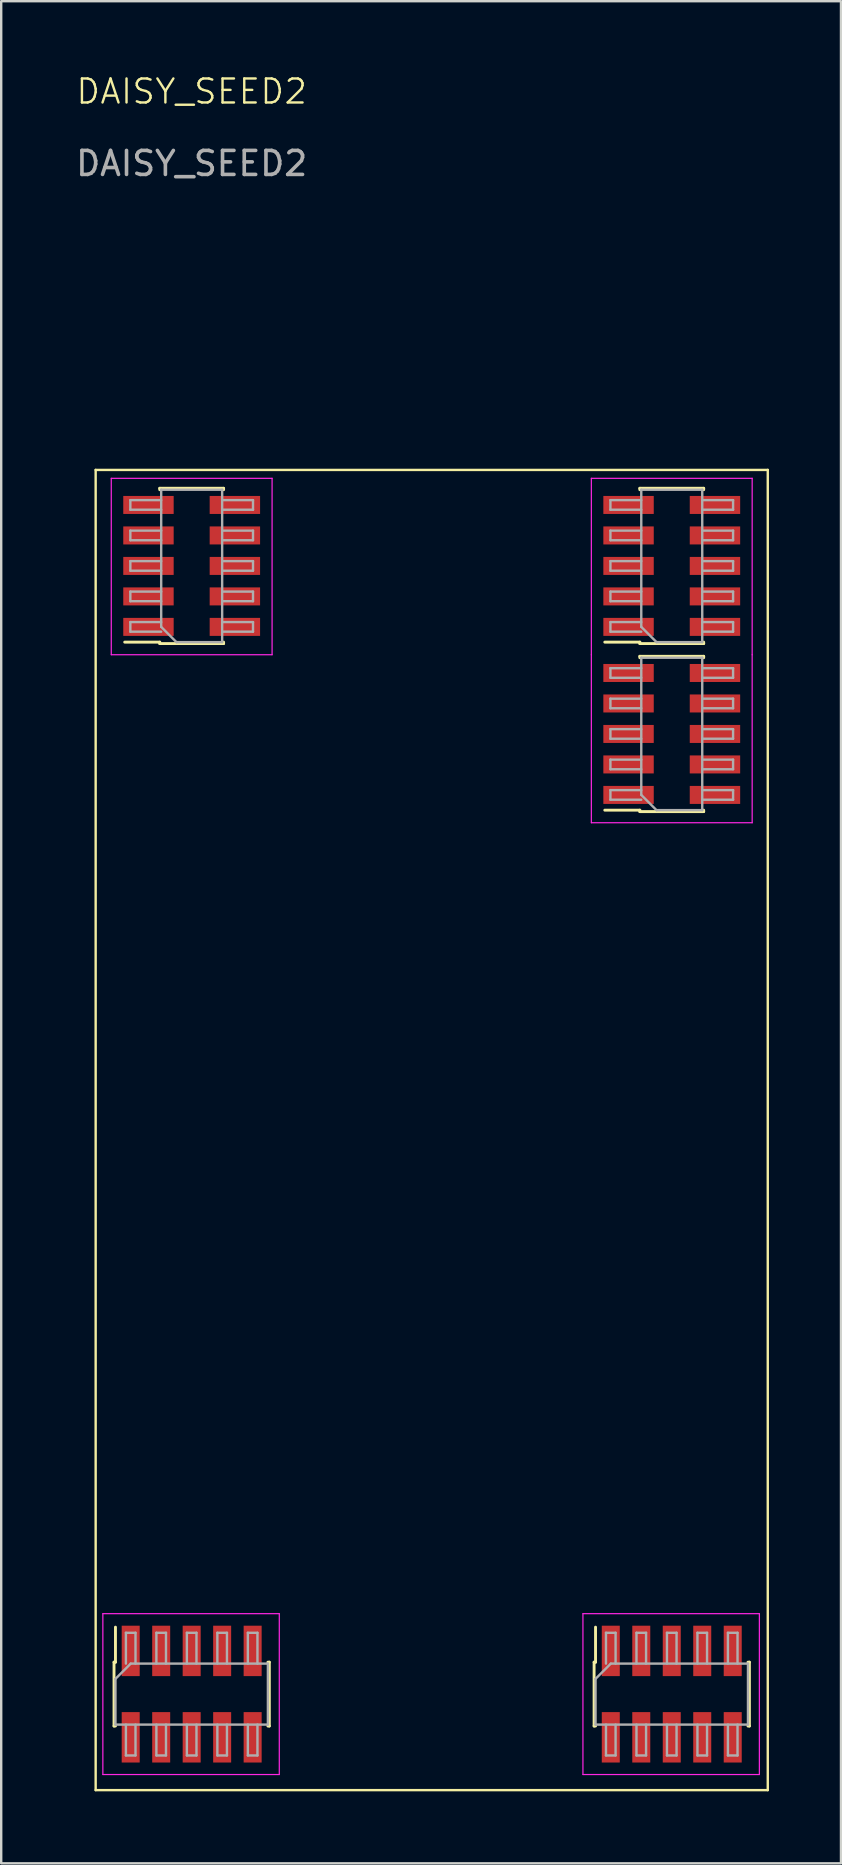
<source format=kicad_pcb>
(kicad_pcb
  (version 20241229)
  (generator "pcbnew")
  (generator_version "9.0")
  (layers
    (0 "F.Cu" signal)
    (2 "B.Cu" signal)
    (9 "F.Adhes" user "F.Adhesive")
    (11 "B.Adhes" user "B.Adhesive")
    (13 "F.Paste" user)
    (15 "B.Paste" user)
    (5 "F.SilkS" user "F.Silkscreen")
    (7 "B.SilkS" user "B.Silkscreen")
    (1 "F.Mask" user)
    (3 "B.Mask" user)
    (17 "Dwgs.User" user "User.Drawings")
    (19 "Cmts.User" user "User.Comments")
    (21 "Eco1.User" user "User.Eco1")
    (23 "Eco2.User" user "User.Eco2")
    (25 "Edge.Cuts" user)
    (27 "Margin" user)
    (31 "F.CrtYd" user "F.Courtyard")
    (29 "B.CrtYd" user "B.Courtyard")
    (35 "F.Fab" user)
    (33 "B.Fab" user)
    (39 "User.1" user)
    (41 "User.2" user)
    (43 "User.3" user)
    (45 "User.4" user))
  (footprint "DAISY_SEED2"
    (layer "F.Cu")
    (at 4.935 20.761)
    (property "Reference" "DAISY_SEED2" (at 0 -20 0) (unlocked yes) (layer "F.SilkS") (effects (font (size 1 1) (thickness 0.1))))
    (attr smd)
    (fp_line (start -4 -4.235) (end 24 -4.235) (stroke (width 0.1) (type default)) (layer "F.SilkS"))
    (fp_line (start -4 50.765) (end -4 -4.235) (stroke (width 0.1) (type default)) (layer "F.SilkS"))
    (fp_line (start -4 50.765) (end 24 50.765) (stroke (width 0.1) (type default)) (layer "F.SilkS"))
    (fp_line (start -3.235 45.435) (end -3.175 45.435) (stroke (width 0.12) (type solid)) (layer "F.SilkS"))
    (fp_line (start -3.235 48.095) (end -3.235 45.435) (stroke (width 0.12) (type solid)) (layer "F.SilkS"))
    (fp_line (start -3.235 48.095) (end -3.175 48.095) (stroke (width 0.12) (type solid)) (layer "F.SilkS"))
    (fp_line (start -3.175 45.435) (end -3.175 43.975) (stroke (width 0.12) (type solid)) (layer "F.SilkS"))
    (fp_line (start -1.33 -3.41) (end -1.33 -3.47) (stroke (width 0.12) (type solid)) (layer "F.SilkS"))
    (fp_line (start -1.33 2.94) (end -2.79 2.94) (stroke (width 0.12) (type solid)) (layer "F.SilkS"))
    (fp_line (start -1.33 3) (end -1.33 2.94) (stroke (width 0.12) (type solid)) (layer "F.SilkS"))
    (fp_line (start 1.33 -3.47) (end -1.33 -3.47) (stroke (width 0.12) (type solid)) (layer "F.SilkS"))
    (fp_line (start 1.33 -3.41) (end 1.33 -3.47) (stroke (width 0.12) (type solid)) (layer "F.SilkS"))
    (fp_line (start 1.33 3) (end -1.33 3) (stroke (width 0.12) (type solid)) (layer "F.SilkS"))
    (fp_line (start 1.33 3) (end 1.33 2.94) (stroke (width 0.12) (type solid)) (layer "F.SilkS"))
    (fp_line (start 3.175 45.435) (end 3.235 45.435) (stroke (width 0.12) (type solid)) (layer "F.SilkS"))
    (fp_line (start 3.175 48.095) (end 3.235 48.095) (stroke (width 0.12) (type solid)) (layer "F.SilkS"))
    (fp_line (start 3.235 48.095) (end 3.235 45.435) (stroke (width 0.12) (type solid)) (layer "F.SilkS"))
    (fp_line (start 16.765 45.435) (end 16.825 45.435) (stroke (width 0.12) (type solid)) (layer "F.SilkS"))
    (fp_line (start 16.765 48.095) (end 16.765 45.435) (stroke (width 0.12) (type solid)) (layer "F.SilkS"))
    (fp_line (start 16.765 48.095) (end 16.825 48.095) (stroke (width 0.12) (type solid)) (layer "F.SilkS"))
    (fp_line (start 16.825 45.435) (end 16.825 43.975) (stroke (width 0.12) (type solid)) (layer "F.SilkS"))
    (fp_line (start 18.67 -3.41) (end 18.67 -3.47) (stroke (width 0.12) (type solid)) (layer "F.SilkS"))
    (fp_line (start 18.67 2.94) (end 17.21 2.94) (stroke (width 0.12) (type solid)) (layer "F.SilkS"))
    (fp_line (start 18.67 3) (end 18.67 2.94) (stroke (width 0.12) (type solid)) (layer "F.SilkS"))
    (fp_line (start 18.67 3.59) (end 18.67 3.53) (stroke (width 0.12) (type solid)) (layer "F.SilkS"))
    (fp_line (start 18.67 9.94) (end 17.21 9.94) (stroke (width 0.12) (type solid)) (layer "F.SilkS"))
    (fp_line (start 18.67 10) (end 18.67 9.94) (stroke (width 0.12) (type solid)) (layer "F.SilkS"))
    (fp_line (start 21.33 -3.47) (end 18.67 -3.47) (stroke (width 0.12) (type solid)) (layer "F.SilkS"))
    (fp_line (start 21.33 -3.41) (end 21.33 -3.47) (stroke (width 0.12) (type solid)) (layer "F.SilkS"))
    (fp_line (start 21.33 3) (end 18.67 3) (stroke (width 0.12) (type solid)) (layer "F.SilkS"))
    (fp_line (start 21.33 3) (end 21.33 2.94) (stroke (width 0.12) (type solid)) (layer "F.SilkS"))
    (fp_line (start 21.33 3.53) (end 18.67 3.53) (stroke (width 0.12) (type solid)) (layer "F.SilkS"))
    (fp_line (start 21.33 3.59) (end 21.33 3.53) (stroke (width 0.12) (type solid)) (layer "F.SilkS"))
    (fp_line (start 21.33 10) (end 18.67 10) (stroke (width 0.12) (type solid)) (layer "F.SilkS"))
    (fp_line (start 21.33 10) (end 21.33 9.94) (stroke (width 0.12) (type solid)) (layer "F.SilkS"))
    (fp_line (start 23.175 45.435) (end 23.235 45.435) (stroke (width 0.12) (type solid)) (layer "F.SilkS"))
    (fp_line (start 23.175 48.095) (end 23.235 48.095) (stroke (width 0.12) (type solid)) (layer "F.SilkS"))
    (fp_line (start 23.235 48.095) (end 23.235 45.435) (stroke (width 0.12) (type solid)) (layer "F.SilkS"))
    (fp_line (start 24 -4.235) (end 24 50.765) (stroke (width 0.1) (type default)) (layer "F.SilkS"))
    (fp_line (start -3.7 43.415) (end 3.65 43.415) (stroke (width 0.05) (type solid)) (layer "F.CrtYd"))
    (fp_line (start -3.7 50.115) (end -3.7 43.415) (stroke (width 0.05) (type solid)) (layer "F.CrtYd"))
    (fp_line (start -3.35 -3.885) (end 3.35 -3.885) (stroke (width 0.05) (type solid)) (layer "F.CrtYd"))
    (fp_line (start -3.35 3.465) (end -3.35 -3.885) (stroke (width 0.05) (type solid)) (layer "F.CrtYd"))
    (fp_line (start 3.35 -3.885) (end 3.35 3.465) (stroke (width 0.05) (type solid)) (layer "F.CrtYd"))
    (fp_line (start 3.35 3.465) (end -3.35 3.465) (stroke (width 0.05) (type solid)) (layer "F.CrtYd"))
    (fp_line (start 3.65 43.415) (end 3.65 50.115) (stroke (width 0.05) (type solid)) (layer "F.CrtYd"))
    (fp_line (start 3.65 50.115) (end -3.7 50.115) (stroke (width 0.05) (type solid)) (layer "F.CrtYd"))
    (fp_line (start 16.3 43.415) (end 23.65 43.415) (stroke (width 0.05) (type solid)) (layer "F.CrtYd"))
    (fp_line (start 16.3 50.115) (end 16.3 43.415) (stroke (width 0.05) (type solid)) (layer "F.CrtYd"))
    (fp_line (start 16.65 -3.885) (end 23.35 -3.885) (stroke (width 0.05) (type solid)) (layer "F.CrtYd"))
    (fp_line (start 16.65 3.465) (end 16.65 -3.885) (stroke (width 0.05) (type solid)) (layer "F.CrtYd"))
    (fp_line (start 16.65 10.465) (end 16.65 3.465) (stroke (width 0.05) (type solid)) (layer "F.CrtYd"))
    (fp_line (start 23.35 -3.885) (end 23.35 3.465) (stroke (width 0.05) (type solid)) (layer "F.CrtYd"))
    (fp_line (start 23.35 3.465) (end 23.35 10.465) (stroke (width 0.05) (type solid)) (layer "F.CrtYd"))
    (fp_line (start 23.35 10.465) (end 16.65 10.465) (stroke (width 0.05) (type solid)) (layer "F.CrtYd"))
    (fp_line (start 23.65 43.415) (end 23.65 50.115) (stroke (width 0.05) (type solid)) (layer "F.CrtYd"))
    (fp_line (start 23.65 50.115) (end 16.3 50.115) (stroke (width 0.05) (type solid)) (layer "F.CrtYd"))
    (fp_line (start -3.175 46.13) (end -2.54 45.495) (stroke (width 0.1) (type solid)) (layer "F.Fab"))
    (fp_line (start -3.175 48.035) (end -3.175 46.13) (stroke (width 0.1) (type solid)) (layer "F.Fab"))
    (fp_line (start -2.74 44.21) (end -2.34 44.21) (stroke (width 0.1) (type solid)) (layer "F.Fab"))
    (fp_line (start -2.74 45.495) (end -2.74 44.21) (stroke (width 0.1) (type solid)) (layer "F.Fab"))
    (fp_line (start -2.74 49.32) (end -2.74 48.035) (stroke (width 0.1) (type solid)) (layer "F.Fab"))
    (fp_line (start -2.555 -2.975) (end -1.27 -2.975) (stroke (width 0.1) (type solid)) (layer "F.Fab"))
    (fp_line (start -2.555 -2.575) (end -2.555 -2.975) (stroke (width 0.1) (type solid)) (layer "F.Fab"))
    (fp_line (start -2.555 -1.705) (end -1.27 -1.705) (stroke (width 0.1) (type solid)) (layer "F.Fab"))
    (fp_line (start -2.555 -1.305) (end -2.555 -1.705) (stroke (width 0.1) (type solid)) (layer "F.Fab"))
    (fp_line (start -2.555 -0.435) (end -1.27 -0.435) (stroke (width 0.1) (type solid)) (layer "F.Fab"))
    (fp_line (start -2.555 -0.035) (end -2.555 -0.435) (stroke (width 0.1) (type solid)) (layer "F.Fab"))
    (fp_line (start -2.555 0.835) (end -1.27 0.835) (stroke (width 0.1) (type solid)) (layer "F.Fab"))
    (fp_line (start -2.555 1.235) (end -2.555 0.835) (stroke (width 0.1) (type solid)) (layer "F.Fab"))
    (fp_line (start -2.555 2.105) (end -1.27 2.105) (stroke (width 0.1) (type solid)) (layer "F.Fab"))
    (fp_line (start -2.555 2.505) (end -2.555 2.105) (stroke (width 0.1) (type solid)) (layer "F.Fab"))
    (fp_line (start -2.54 45.495) (end 3.175 45.495) (stroke (width 0.1) (type solid)) (layer "F.Fab"))
    (fp_line (start -2.34 44.21) (end -2.34 45.495) (stroke (width 0.1) (type solid)) (layer "F.Fab"))
    (fp_line (start -2.34 48.035) (end -2.34 49.32) (stroke (width 0.1) (type solid)) (layer "F.Fab"))
    (fp_line (start -2.34 49.32) (end -2.74 49.32) (stroke (width 0.1) (type solid)) (layer "F.Fab"))
    (fp_line (start -1.47 44.21) (end -1.07 44.21) (stroke (width 0.1) (type solid)) (layer "F.Fab"))
    (fp_line (start -1.47 45.495) (end -1.47 44.21) (stroke (width 0.1) (type solid)) (layer "F.Fab"))
    (fp_line (start -1.47 49.32) (end -1.47 48.035) (stroke (width 0.1) (type solid)) (layer "F.Fab"))
    (fp_line (start -1.27 -3.41) (end 1.27 -3.41) (stroke (width 0.1) (type solid)) (layer "F.Fab"))
    (fp_line (start -1.27 -2.575) (end -2.555 -2.575) (stroke (width 0.1) (type solid)) (layer "F.Fab"))
    (fp_line (start -1.27 -1.305) (end -2.555 -1.305) (stroke (width 0.1) (type solid)) (layer "F.Fab"))
    (fp_line (start -1.27 -0.035) (end -2.555 -0.035) (stroke (width 0.1) (type solid)) (layer "F.Fab"))
    (fp_line (start -1.27 1.235) (end -2.555 1.235) (stroke (width 0.1) (type solid)) (layer "F.Fab"))
    (fp_line (start -1.27 2.305) (end -1.27 -3.41) (stroke (width 0.1) (type solid)) (layer "F.Fab"))
    (fp_line (start -1.27 2.505) (end -2.555 2.505) (stroke (width 0.1) (type solid)) (layer "F.Fab"))
    (fp_line (start -1.07 44.21) (end -1.07 45.495) (stroke (width 0.1) (type solid)) (layer "F.Fab"))
    (fp_line (start -1.07 48.035) (end -1.07 49.32) (stroke (width 0.1) (type solid)) (layer "F.Fab"))
    (fp_line (start -1.07 49.32) (end -1.47 49.32) (stroke (width 0.1) (type solid)) (layer "F.Fab"))
    (fp_line (start -0.635 2.94) (end -1.27 2.305) (stroke (width 0.1) (type solid)) (layer "F.Fab"))
    (fp_line (start -0.2 44.21) (end 0.2 44.21) (stroke (width 0.1) (type solid)) (layer "F.Fab"))
    (fp_line (start -0.2 45.495) (end -0.2 44.21) (stroke (width 0.1) (type solid)) (layer "F.Fab"))
    (fp_line (start -0.2 49.32) (end -0.2 48.035) (stroke (width 0.1) (type solid)) (layer "F.Fab"))
    (fp_line (start 0.2 44.21) (end 0.2 45.495) (stroke (width 0.1) (type solid)) (layer "F.Fab"))
    (fp_line (start 0.2 48.035) (end 0.2 49.32) (stroke (width 0.1) (type solid)) (layer "F.Fab"))
    (fp_line (start 0.2 49.32) (end -0.2 49.32) (stroke (width 0.1) (type solid)) (layer "F.Fab"))
    (fp_line (start 1.07 44.21) (end 1.47 44.21) (stroke (width 0.1) (type solid)) (layer "F.Fab"))
    (fp_line (start 1.07 45.495) (end 1.07 44.21) (stroke (width 0.1) (type solid)) (layer "F.Fab"))
    (fp_line (start 1.07 49.32) (end 1.07 48.035) (stroke (width 0.1) (type solid)) (layer "F.Fab"))
    (fp_line (start 1.27 -3.41) (end 1.27 2.94) (stroke (width 0.1) (type solid)) (layer "F.Fab"))
    (fp_line (start 1.27 -2.975) (end 2.555 -2.975) (stroke (width 0.1) (type solid)) (layer "F.Fab"))
    (fp_line (start 1.27 -1.705) (end 2.555 -1.705) (stroke (width 0.1) (type solid)) (layer "F.Fab"))
    (fp_line (start 1.27 -0.435) (end 2.555 -0.435) (stroke (width 0.1) (type solid)) (layer "F.Fab"))
    (fp_line (start 1.27 0.835) (end 2.555 0.835) (stroke (width 0.1) (type solid)) (layer "F.Fab"))
    (fp_line (start 1.27 2.105) (end 2.555 2.105) (stroke (width 0.1) (type solid)) (layer "F.Fab"))
    (fp_line (start 1.27 2.94) (end -0.635 2.94) (stroke (width 0.1) (type solid)) (layer "F.Fab"))
    (fp_line (start 1.47 44.21) (end 1.47 45.495) (stroke (width 0.1) (type solid)) (layer "F.Fab"))
    (fp_line (start 1.47 48.035) (end 1.47 49.32) (stroke (width 0.1) (type solid)) (layer "F.Fab"))
    (fp_line (start 1.47 49.32) (end 1.07 49.32) (stroke (width 0.1) (type solid)) (layer "F.Fab"))
    (fp_line (start 2.34 44.21) (end 2.74 44.21) (stroke (width 0.1) (type solid)) (layer "F.Fab"))
    (fp_line (start 2.34 45.495) (end 2.34 44.21) (stroke (width 0.1) (type solid)) (layer "F.Fab"))
    (fp_line (start 2.34 49.32) (end 2.34 48.035) (stroke (width 0.1) (type solid)) (layer "F.Fab"))
    (fp_line (start 2.555 -2.975) (end 2.555 -2.575) (stroke (width 0.1) (type solid)) (layer "F.Fab"))
    (fp_line (start 2.555 -2.575) (end 1.27 -2.575) (stroke (width 0.1) (type solid)) (layer "F.Fab"))
    (fp_line (start 2.555 -1.705) (end 2.555 -1.305) (stroke (width 0.1) (type solid)) (layer "F.Fab"))
    (fp_line (start 2.555 -1.305) (end 1.27 -1.305) (stroke (width 0.1) (type solid)) (layer "F.Fab"))
    (fp_line (start 2.555 -0.435) (end 2.555 -0.035) (stroke (width 0.1) (type solid)) (layer "F.Fab"))
    (fp_line (start 2.555 -0.035) (end 1.27 -0.035) (stroke (width 0.1) (type solid)) (layer "F.Fab"))
    (fp_line (start 2.555 0.835) (end 2.555 1.235) (stroke (width 0.1) (type solid)) (layer "F.Fab"))
    (fp_line (start 2.555 1.235) (end 1.27 1.235) (stroke (width 0.1) (type solid)) (layer "F.Fab"))
    (fp_line (start 2.555 2.105) (end 2.555 2.505) (stroke (width 0.1) (type solid)) (layer "F.Fab"))
    (fp_line (start 2.555 2.505) (end 1.27 2.505) (stroke (width 0.1) (type solid)) (layer "F.Fab"))
    (fp_line (start 2.74 44.21) (end 2.74 45.495) (stroke (width 0.1) (type solid)) (layer "F.Fab"))
    (fp_line (start 2.74 48.035) (end 2.74 49.32) (stroke (width 0.1) (type solid)) (layer "F.Fab"))
    (fp_line (start 2.74 49.32) (end 2.34 49.32) (stroke (width 0.1) (type solid)) (layer "F.Fab"))
    (fp_line (start 3.175 45.495) (end 3.175 48.035) (stroke (width 0.1) (type solid)) (layer "F.Fab"))
    (fp_line (start 3.175 48.035) (end -3.175 48.035) (stroke (width 0.1) (type solid)) (layer "F.Fab"))
    (fp_line (start 16.825 46.13) (end 17.46 45.495) (stroke (width 0.1) (type solid)) (layer "F.Fab"))
    (fp_line (start 16.825 48.035) (end 16.825 46.13) (stroke (width 0.1) (type solid)) (layer "F.Fab"))
    (fp_line (start 17.26 44.21) (end 17.66 44.21) (stroke (width 0.1) (type solid)) (layer "F.Fab"))
    (fp_line (start 17.26 45.495) (end 17.26 44.21) (stroke (width 0.1) (type solid)) (layer "F.Fab"))
    (fp_line (start 17.26 49.32) (end 17.26 48.035) (stroke (width 0.1) (type solid)) (layer "F.Fab"))
    (fp_line (start 17.445 -2.975) (end 18.73 -2.975) (stroke (width 0.1) (type solid)) (layer "F.Fab"))
    (fp_line (start 17.445 -2.575) (end 17.445 -2.975) (stroke (width 0.1) (type solid)) (layer "F.Fab"))
    (fp_line (start 17.445 -1.705) (end 18.73 -1.705) (stroke (width 0.1) (type solid)) (layer "F.Fab"))
    (fp_line (start 17.445 -1.305) (end 17.445 -1.705) (stroke (width 0.1) (type solid)) (layer "F.Fab"))
    (fp_line (start 17.445 -0.435) (end 18.73 -0.435) (stroke (width 0.1) (type solid)) (layer "F.Fab"))
    (fp_line (start 17.445 -0.035) (end 17.445 -0.435) (stroke (width 0.1) (type solid)) (layer "F.Fab"))
    (fp_line (start 17.445 0.835) (end 18.73 0.835) (stroke (width 0.1) (type solid)) (layer "F.Fab"))
    (fp_line (start 17.445 1.235) (end 17.445 0.835) (stroke (width 0.1) (type solid)) (layer "F.Fab"))
    (fp_line (start 17.445 2.105) (end 18.73 2.105) (stroke (width 0.1) (type solid)) (layer "F.Fab"))
    (fp_line (start 17.445 2.505) (end 17.445 2.105) (stroke (width 0.1) (type solid)) (layer "F.Fab"))
    (fp_line (start 17.445 4.025) (end 18.73 4.025) (stroke (width 0.1) (type solid)) (layer "F.Fab"))
    (fp_line (start 17.445 4.425) (end 17.445 4.025) (stroke (width 0.1) (type solid)) (layer "F.Fab"))
    (fp_line (start 17.445 5.295) (end 18.73 5.295) (stroke (width 0.1) (type solid)) (layer "F.Fab"))
    (fp_line (start 17.445 5.695) (end 17.445 5.295) (stroke (width 0.1) (type solid)) (layer "F.Fab"))
    (fp_line (start 17.445 6.565) (end 18.73 6.565) (stroke (width 0.1) (type solid)) (layer "F.Fab"))
    (fp_line (start 17.445 6.965) (end 17.445 6.565) (stroke (width 0.1) (type solid)) (layer "F.Fab"))
    (fp_line (start 17.445 7.835) (end 18.73 7.835) (stroke (width 0.1) (type solid)) (layer "F.Fab"))
    (fp_line (start 17.445 8.235) (end 17.445 7.835) (stroke (width 0.1) (type solid)) (layer "F.Fab"))
    (fp_line (start 17.445 9.105) (end 18.73 9.105) (stroke (width 0.1) (type solid)) (layer "F.Fab"))
    (fp_line (start 17.445 9.505) (end 17.445 9.105) (stroke (width 0.1) (type solid)) (layer "F.Fab"))
    (fp_line (start 17.46 45.495) (end 23.175 45.495) (stroke (width 0.1) (type solid)) (layer "F.Fab"))
    (fp_line (start 17.66 44.21) (end 17.66 45.495) (stroke (width 0.1) (type solid)) (layer "F.Fab"))
    (fp_line (start 17.66 48.035) (end 17.66 49.32) (stroke (width 0.1) (type solid)) (layer "F.Fab"))
    (fp_line (start 17.66 49.32) (end 17.26 49.32) (stroke (width 0.1) (type solid)) (layer "F.Fab"))
    (fp_line (start 18.53 44.21) (end 18.93 44.21) (stroke (width 0.1) (type solid)) (layer "F.Fab"))
    (fp_line (start 18.53 45.495) (end 18.53 44.21) (stroke (width 0.1) (type solid)) (layer "F.Fab"))
    (fp_line (start 18.53 49.32) (end 18.53 48.035) (stroke (width 0.1) (type solid)) (layer "F.Fab"))
    (fp_line (start 18.73 -3.41) (end 21.27 -3.41) (stroke (width 0.1) (type solid)) (layer "F.Fab"))
    (fp_line (start 18.73 -2.575) (end 17.445 -2.575) (stroke (width 0.1) (type solid)) (layer "F.Fab"))
    (fp_line (start 18.73 -1.305) (end 17.445 -1.305) (stroke (width 0.1) (type solid)) (layer "F.Fab"))
    (fp_line (start 18.73 -0.035) (end 17.445 -0.035) (stroke (width 0.1) (type solid)) (layer "F.Fab"))
    (fp_line (start 18.73 1.235) (end 17.445 1.235) (stroke (width 0.1) (type solid)) (layer "F.Fab"))
    (fp_line (start 18.73 2.305) (end 18.73 -3.41) (stroke (width 0.1) (type solid)) (layer "F.Fab"))
    (fp_line (start 18.73 2.505) (end 17.445 2.505) (stroke (width 0.1) (type solid)) (layer "F.Fab"))
    (fp_line (start 18.73 3.59) (end 21.27 3.59) (stroke (width 0.1) (type solid)) (layer "F.Fab"))
    (fp_line (start 18.73 4.425) (end 17.445 4.425) (stroke (width 0.1) (type solid)) (layer "F.Fab"))
    (fp_line (start 18.73 5.695) (end 17.445 5.695) (stroke (width 0.1) (type solid)) (layer "F.Fab"))
    (fp_line (start 18.73 6.965) (end 17.445 6.965) (stroke (width 0.1) (type solid)) (layer "F.Fab"))
    (fp_line (start 18.73 8.235) (end 17.445 8.235) (stroke (width 0.1) (type solid)) (layer "F.Fab"))
    (fp_line (start 18.73 9.305) (end 18.73 3.59) (stroke (width 0.1) (type solid)) (layer "F.Fab"))
    (fp_line (start 18.73 9.505) (end 17.445 9.505) (stroke (width 0.1) (type solid)) (layer "F.Fab"))
    (fp_line (start 18.93 44.21) (end 18.93 45.495) (stroke (width 0.1) (type solid)) (layer "F.Fab"))
    (fp_line (start 18.93 48.035) (end 18.93 49.32) (stroke (width 0.1) (type solid)) (layer "F.Fab"))
    (fp_line (start 18.93 49.32) (end 18.53 49.32) (stroke (width 0.1) (type solid)) (layer "F.Fab"))
    (fp_line (start 19.365 2.94) (end 18.73 2.305) (stroke (width 0.1) (type solid)) (layer "F.Fab"))
    (fp_line (start 19.365 9.94) (end 18.73 9.305) (stroke (width 0.1) (type solid)) (layer "F.Fab"))
    (fp_line (start 19.8 44.21) (end 20.2 44.21) (stroke (width 0.1) (type solid)) (layer "F.Fab"))
    (fp_line (start 19.8 45.495) (end 19.8 44.21) (stroke (width 0.1) (type solid)) (layer "F.Fab"))
    (fp_line (start 19.8 49.32) (end 19.8 48.035) (stroke (width 0.1) (type solid)) (layer "F.Fab"))
    (fp_line (start 20.2 44.21) (end 20.2 45.495) (stroke (width 0.1) (type solid)) (layer "F.Fab"))
    (fp_line (start 20.2 48.035) (end 20.2 49.32) (stroke (width 0.1) (type solid)) (layer "F.Fab"))
    (fp_line (start 20.2 49.32) (end 19.8 49.32) (stroke (width 0.1) (type solid)) (layer "F.Fab"))
    (fp_line (start 21.07 44.21) (end 21.47 44.21) (stroke (width 0.1) (type solid)) (layer "F.Fab"))
    (fp_line (start 21.07 45.495) (end 21.07 44.21) (stroke (width 0.1) (type solid)) (layer "F.Fab"))
    (fp_line (start 21.07 49.32) (end 21.07 48.035) (stroke (width 0.1) (type solid)) (layer "F.Fab"))
    (fp_line (start 21.27 -3.41) (end 21.27 2.94) (stroke (width 0.1) (type solid)) (layer "F.Fab"))
    (fp_line (start 21.27 -2.975) (end 22.555 -2.975) (stroke (width 0.1) (type solid)) (layer "F.Fab"))
    (fp_line (start 21.27 -1.705) (end 22.555 -1.705) (stroke (width 0.1) (type solid)) (layer "F.Fab"))
    (fp_line (start 21.27 -0.435) (end 22.555 -0.435) (stroke (width 0.1) (type solid)) (layer "F.Fab"))
    (fp_line (start 21.27 0.835) (end 22.555 0.835) (stroke (width 0.1) (type solid)) (layer "F.Fab"))
    (fp_line (start 21.27 2.105) (end 22.555 2.105) (stroke (width 0.1) (type solid)) (layer "F.Fab"))
    (fp_line (start 21.27 2.94) (end 19.365 2.94) (stroke (width 0.1) (type solid)) (layer "F.Fab"))
    (fp_line (start 21.27 3.59) (end 21.27 9.94) (stroke (width 0.1) (type solid)) (layer "F.Fab"))
    (fp_line (start 21.27 4.025) (end 22.555 4.025) (stroke (width 0.1) (type solid)) (layer "F.Fab"))
    (fp_line (start 21.27 5.295) (end 22.555 5.295) (stroke (width 0.1) (type solid)) (layer "F.Fab"))
    (fp_line (start 21.27 6.565) (end 22.555 6.565) (stroke (width 0.1) (type solid)) (layer "F.Fab"))
    (fp_line (start 21.27 7.835) (end 22.555 7.835) (stroke (width 0.1) (type solid)) (layer "F.Fab"))
    (fp_line (start 21.27 9.105) (end 22.555 9.105) (stroke (width 0.1) (type solid)) (layer "F.Fab"))
    (fp_line (start 21.27 9.94) (end 19.365 9.94) (stroke (width 0.1) (type solid)) (layer "F.Fab"))
    (fp_line (start 21.47 44.21) (end 21.47 45.495) (stroke (width 0.1) (type solid)) (layer "F.Fab"))
    (fp_line (start 21.47 48.035) (end 21.47 49.32) (stroke (width 0.1) (type solid)) (layer "F.Fab"))
    (fp_line (start 21.47 49.32) (end 21.07 49.32) (stroke (width 0.1) (type solid)) (layer "F.Fab"))
    (fp_line (start 22.34 44.21) (end 22.74 44.21) (stroke (width 0.1) (type solid)) (layer "F.Fab"))
    (fp_line (start 22.34 45.495) (end 22.34 44.21) (stroke (width 0.1) (type solid)) (layer "F.Fab"))
    (fp_line (start 22.34 49.32) (end 22.34 48.035) (stroke (width 0.1) (type solid)) (layer "F.Fab"))
    (fp_line (start 22.555 -2.975) (end 22.555 -2.575) (stroke (width 0.1) (type solid)) (layer "F.Fab"))
    (fp_line (start 22.555 -2.575) (end 21.27 -2.575) (stroke (width 0.1) (type solid)) (layer "F.Fab"))
    (fp_line (start 22.555 -1.705) (end 22.555 -1.305) (stroke (width 0.1) (type solid)) (layer "F.Fab"))
    (fp_line (start 22.555 -1.305) (end 21.27 -1.305) (stroke (width 0.1) (type solid)) (layer "F.Fab"))
    (fp_line (start 22.555 -0.435) (end 22.555 -0.035) (stroke (width 0.1) (type solid)) (layer "F.Fab"))
    (fp_line (start 22.555 -0.035) (end 21.27 -0.035) (stroke (width 0.1) (type solid)) (layer "F.Fab"))
    (fp_line (start 22.555 0.835) (end 22.555 1.235) (stroke (width 0.1) (type solid)) (layer "F.Fab"))
    (fp_line (start 22.555 1.235) (end 21.27 1.235) (stroke (width 0.1) (type solid)) (layer "F.Fab"))
    (fp_line (start 22.555 2.105) (end 22.555 2.505) (stroke (width 0.1) (type solid)) (layer "F.Fab"))
    (fp_line (start 22.555 2.505) (end 21.27 2.505) (stroke (width 0.1) (type solid)) (layer "F.Fab"))
    (fp_line (start 22.555 4.025) (end 22.555 4.425) (stroke (width 0.1) (type solid)) (layer "F.Fab"))
    (fp_line (start 22.555 4.425) (end 21.27 4.425) (stroke (width 0.1) (type solid)) (layer "F.Fab"))
    (fp_line (start 22.555 5.295) (end 22.555 5.695) (stroke (width 0.1) (type solid)) (layer "F.Fab"))
    (fp_line (start 22.555 5.695) (end 21.27 5.695) (stroke (width 0.1) (type solid)) (layer "F.Fab"))
    (fp_line (start 22.555 6.565) (end 22.555 6.965) (stroke (width 0.1) (type solid)) (layer "F.Fab"))
    (fp_line (start 22.555 6.965) (end 21.27 6.965) (stroke (width 0.1) (type solid)) (layer "F.Fab"))
    (fp_line (start 22.555 7.835) (end 22.555 8.235) (stroke (width 0.1) (type solid)) (layer "F.Fab"))
    (fp_line (start 22.555 8.235) (end 21.27 8.235) (stroke (width 0.1) (type solid)) (layer "F.Fab"))
    (fp_line (start 22.555 9.105) (end 22.555 9.505) (stroke (width 0.1) (type solid)) (layer "F.Fab"))
    (fp_line (start 22.555 9.505) (end 21.27 9.505) (stroke (width 0.1) (type solid)) (layer "F.Fab"))
    (fp_line (start 22.74 44.21) (end 22.74 45.495) (stroke (width 0.1) (type solid)) (layer "F.Fab"))
    (fp_line (start 22.74 48.035) (end 22.74 49.32) (stroke (width 0.1) (type solid)) (layer "F.Fab"))
    (fp_line (start 22.74 49.32) (end 22.34 49.32) (stroke (width 0.1) (type solid)) (layer "F.Fab"))
    (fp_line (start 23.175 45.495) (end 23.175 48.035) (stroke (width 0.1) (type solid)) (layer "F.Fab"))
    (fp_line (start 23.175 48.035) (end 16.825 48.035) (stroke (width 0.1) (type solid)) (layer "F.Fab"))
    (fp_text user "${REFERENCE}" (at 0 -17 0) (unlocked yes) (layer "F.Fab") (effects (font (size 1 1) (thickness 0.15))))
    (pad "A1" smd rect (at 21.8 -2.775 180) (size 2.1 0.75) (layers "F.Cu" "F.Mask" "F.Paste"))
    (pad "A2" smd rect (at 21.8 -1.505 180) (size 2.1 0.75) (layers "F.Cu" "F.Mask" "F.Paste"))
    (pad "A3" smd rect (at 21.8 -0.235 180) (size 2.1 0.75) (layers "F.Cu" "F.Mask" "F.Paste"))
    (pad "A4" smd rect (at 21.8 1.035 180) (size 2.1 0.75) (layers "F.Cu" "F.Mask" "F.Paste"))
    (pad "A5" smd rect (at 21.8 2.305 180) (size 2.1 0.75) (layers "F.Cu" "F.Mask" "F.Paste"))
    (pad "A6" smd rect (at 18.2 2.305 180) (size 2.1 0.75) (layers "F.Cu" "F.Mask" "F.Paste"))
    (pad "A7" smd rect (at 18.2 1.035 180) (size 2.1 0.75) (layers "F.Cu" "F.Mask" "F.Paste"))
    (pad "A8" smd rect (at 18.2 -0.235 180) (size 2.1 0.75) (layers "F.Cu" "F.Mask" "F.Paste"))
    (pad "A9" smd rect (at 18.2 -1.505 180) (size 2.1 0.75) (layers "F.Cu" "F.Mask" "F.Paste"))
    (pad "A10" smd rect (at 18.2 -2.775 180) (size 2.1 0.75) (layers "F.Cu" "F.Mask" "F.Paste"))
    (pad "B1" smd rect (at 21.8 4.225 180) (size 2.1 0.75) (layers "F.Cu" "F.Mask" "F.Paste"))
    (pad "B2" smd rect (at 21.8 5.495 180) (size 2.1 0.75) (layers "F.Cu" "F.Mask" "F.Paste"))
    (pad "B3" smd rect (at 21.8 6.765 180) (size 2.1 0.75) (layers "F.Cu" "F.Mask" "F.Paste"))
    (pad "B4" smd rect (at 21.8 8.035 180) (size 2.1 0.75) (layers "F.Cu" "F.Mask" "F.Paste"))
    (pad "B5" smd rect (at 21.8 9.305 180) (size 2.1 0.75) (layers "F.Cu" "F.Mask" "F.Paste"))
    (pad "B6" smd rect (at 18.2 9.305 180) (size 2.1 0.75) (layers "F.Cu" "F.Mask" "F.Paste"))
    (pad "B7" smd rect (at 18.2 8.035 180) (size 2.1 0.75) (layers "F.Cu" "F.Mask" "F.Paste"))
    (pad "B8" smd rect (at 18.2 6.765 180) (size 2.1 0.75) (layers "F.Cu" "F.Mask" "F.Paste"))
    (pad "B9" smd rect (at 18.2 5.495 180) (size 2.1 0.75) (layers "F.Cu" "F.Mask" "F.Paste"))
    (pad "B10" smd rect (at 18.2 4.225 180) (size 2.1 0.75) (layers "F.Cu" "F.Mask" "F.Paste"))
    (pad "C1" smd rect (at 17.46 44.965 90) (size 2.1 0.75) (layers "F.Cu" "F.Mask" "F.Paste"))
    (pad "C2" smd rect (at 18.73 44.965 90) (size 2.1 0.75) (layers "F.Cu" "F.Mask" "F.Paste"))
    (pad "C3" smd rect (at 20 44.965 90) (size 2.1 0.75) (layers "F.Cu" "F.Mask" "F.Paste"))
    (pad "C4" smd rect (at 21.27 44.965 90) (size 2.1 0.75) (layers "F.Cu" "F.Mask" "F.Paste"))
    (pad "C5" smd rect (at 22.54 44.965 90) (size 2.1 0.75) (layers "F.Cu" "F.Mask" "F.Paste"))
    (pad "C6" smd rect (at 22.54 48.565 90) (size 2.1 0.75) (layers "F.Cu" "F.Mask" "F.Paste"))
    (pad "C7" smd rect (at 21.27 48.565 90) (size 2.1 0.75) (layers "F.Cu" "F.Mask" "F.Paste"))
    (pad "C8" smd rect (at 20 48.565 90) (size 2.1 0.75) (layers "F.Cu" "F.Mask" "F.Paste"))
    (pad "C9" smd rect (at 18.73 48.565 90) (size 2.1 0.75) (layers "F.Cu" "F.Mask" "F.Paste"))
    (pad "C10" smd rect (at 17.46 48.565 90) (size 2.1 0.75) (layers "F.Cu" "F.Mask" "F.Paste"))
    (pad "D1" smd rect (at -2.54 44.965 90) (size 2.1 0.75) (layers "F.Cu" "F.Mask" "F.Paste"))
    (pad "D2" smd rect (at -1.27 44.965 90) (size 2.1 0.75) (layers "F.Cu" "F.Mask" "F.Paste"))
    (pad "D3" smd rect (at 0 44.965 90) (size 2.1 0.75) (layers "F.Cu" "F.Mask" "F.Paste"))
    (pad "D4" smd rect (at 1.27 44.965 90) (size 2.1 0.75) (layers "F.Cu" "F.Mask" "F.Paste"))
    (pad "D5" smd rect (at 2.54 44.965 90) (size 2.1 0.75) (layers "F.Cu" "F.Mask" "F.Paste"))
    (pad "D6" smd rect (at 2.54 48.565 90) (size 2.1 0.75) (layers "F.Cu" "F.Mask" "F.Paste"))
    (pad "D7" smd rect (at 1.27 48.565 90) (size 2.1 0.75) (layers "F.Cu" "F.Mask" "F.Paste"))
    (pad "D8" smd rect (at 0 48.565 90) (size 2.1 0.75) (layers "F.Cu" "F.Mask" "F.Paste"))
    (pad "D9" smd rect (at -1.27 48.565 90) (size 2.1 0.75) (layers "F.Cu" "F.Mask" "F.Paste"))
    (pad "D10" smd rect (at -2.54 48.565 90) (size 2.1 0.75) (layers "F.Cu" "F.Mask" "F.Paste"))
    (pad "E1" smd rect (at 1.8 -2.775 180) (size 2.1 0.75) (layers "F.Cu" "F.Mask" "F.Paste"))
    (pad "E2" smd rect (at 1.8 -1.505 180) (size 2.1 0.75) (layers "F.Cu" "F.Mask" "F.Paste"))
    (pad "E3" smd rect (at 1.8 -0.235 180) (size 2.1 0.75) (layers "F.Cu" "F.Mask" "F.Paste"))
    (pad "E4" smd rect (at 1.8 1.035 180) (size 2.1 0.75) (layers "F.Cu" "F.Mask" "F.Paste"))
    (pad "E5" smd rect (at 1.8 2.305 180) (size 2.1 0.75) (layers "F.Cu" "F.Mask" "F.Paste"))
    (pad "E6" smd rect (at -1.8 2.305 180) (size 2.1 0.75) (layers "F.Cu" "F.Mask" "F.Paste"))
    (pad "E7" smd rect (at -1.8 1.035 180) (size 2.1 0.75) (layers "F.Cu" "F.Mask" "F.Paste"))
    (pad "E8" smd rect (at -1.8 -0.235 180) (size 2.1 0.75) (layers "F.Cu" "F.Mask" "F.Paste"))
    (pad "E9" smd rect (at -1.8 -1.505 180) (size 2.1 0.75) (layers "F.Cu" "F.Mask" "F.Paste"))
    (pad "E10" smd rect (at -1.8 -2.775 180) (size 2.1 0.75) (layers "F.Cu" "F.Mask" "F.Paste")))
  (gr_rect
    (start -3 -3)
    (end 31.985 74.576)
    (stroke (width 0.1) (type default))
    (fill no)
    (layer "Edge.Cuts")))
</source>
